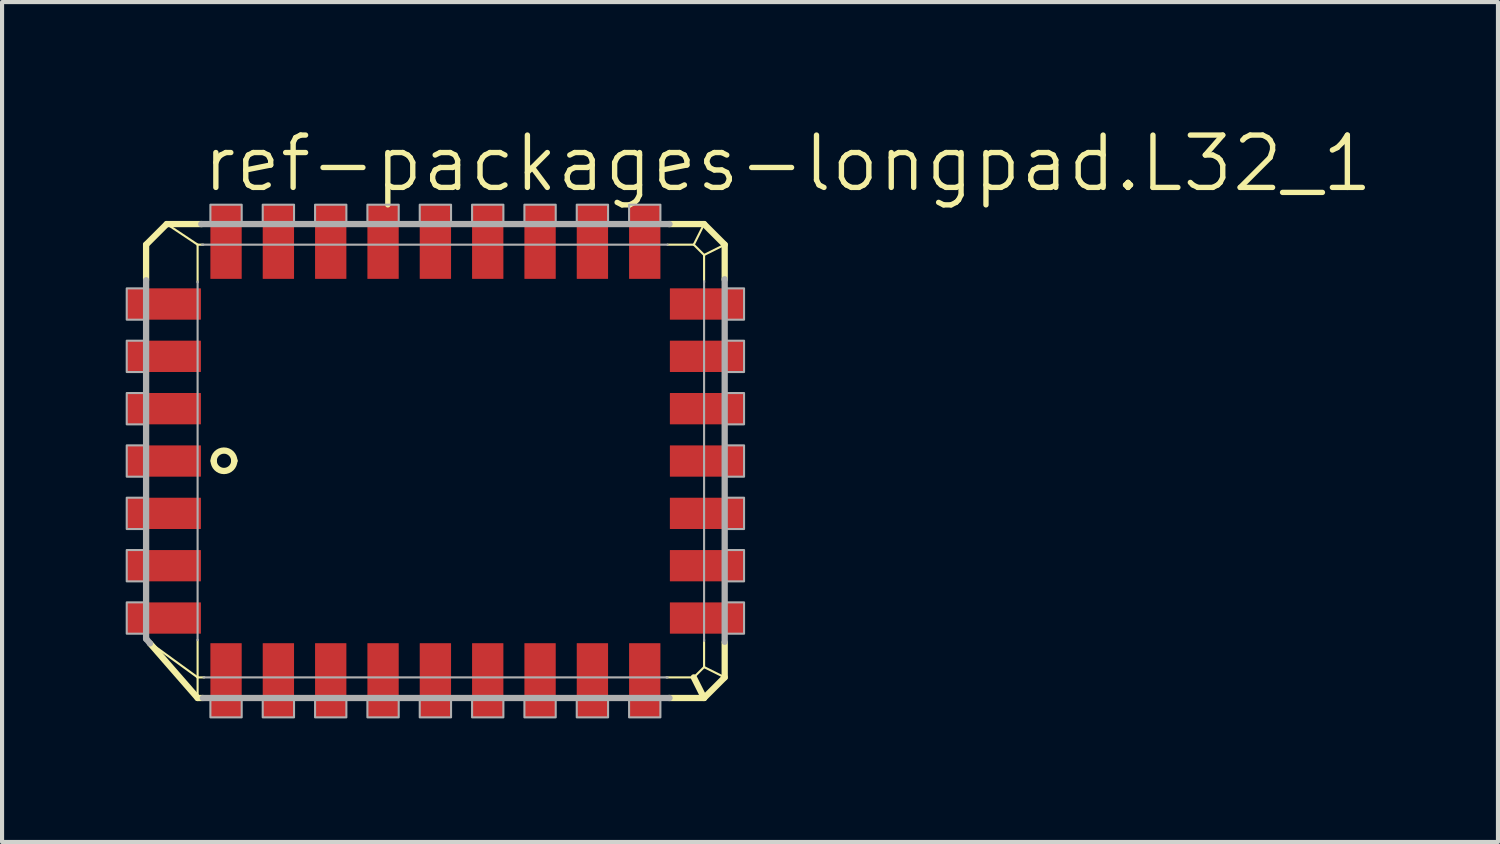
<source format=kicad_pcb>
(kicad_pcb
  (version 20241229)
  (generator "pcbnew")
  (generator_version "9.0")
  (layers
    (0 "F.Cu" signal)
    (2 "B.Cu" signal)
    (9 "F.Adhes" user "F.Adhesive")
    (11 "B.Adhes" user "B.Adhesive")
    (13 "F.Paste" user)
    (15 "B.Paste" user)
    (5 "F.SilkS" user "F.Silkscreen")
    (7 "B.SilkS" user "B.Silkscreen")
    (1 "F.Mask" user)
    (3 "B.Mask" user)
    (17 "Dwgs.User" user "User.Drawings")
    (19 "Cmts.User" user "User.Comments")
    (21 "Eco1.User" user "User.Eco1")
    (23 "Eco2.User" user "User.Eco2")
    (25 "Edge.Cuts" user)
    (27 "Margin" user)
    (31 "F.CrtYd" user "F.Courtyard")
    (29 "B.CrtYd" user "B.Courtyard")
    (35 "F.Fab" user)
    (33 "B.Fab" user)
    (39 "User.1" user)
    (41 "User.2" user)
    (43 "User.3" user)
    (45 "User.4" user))
  (footprint "ref-packages-longpad.L32_1"
    (layer "F.Cu")
    (at 7.515 8.137)
    (property "Reference" "ref-packages-longpad.L32_1" (at -5.715 -6.477 0) (layer "F.SilkS") (effects (font (size 1.27 1.27) (thickness 0.13)) (justify left bottom)))
    (attr smd)
    (fp_line (start -7.02 -5.25) (end -6.52 -5.75) (stroke (width 0.152) (type default)) (layer "F.SilkS"))
    (fp_line (start -7.02 -4.401) (end -7.02 -5.25) (stroke (width 0.152) (type default)) (layer "F.SilkS"))
    (fp_line (start -6.52 -5.75) (end -5.77 -5.25) (stroke (width 0.051) (type default)) (layer "F.SilkS"))
    (fp_line (start -6.52 -5.75) (end -5.671 -5.75) (stroke (width 0.152) (type default)) (layer "F.SilkS"))
    (fp_line (start -5.77 -5.25) (end -5.631 -5.25) (stroke (width 0.051) (type default)) (layer "F.SilkS"))
    (fp_line (start -5.77 -4.336) (end -5.77 -5.25) (stroke (width 0.051) (type default)) (layer "F.SilkS"))
    (fp_line (start -5.77 5.25) (end -6.959 4.387) (stroke (width 0.051) (type default)) (layer "F.SilkS"))
    (fp_line (start -5.77 5.25) (end -5.77 4.336) (stroke (width 0.051) (type default)) (layer "F.SilkS"))
    (fp_line (start -5.77 5.75) (end -6.925 4.425) (stroke (width 0.152) (type default)) (layer "F.SilkS"))
    (fp_line (start -5.77 5.75) (end -5.77 5.25) (stroke (width 0.051) (type default)) (layer "F.SilkS"))
    (fp_line (start -5.646 5.75) (end -5.77 5.75) (stroke (width 0.152) (type default)) (layer "F.SilkS"))
    (fp_line (start -5.606 5.25) (end -5.77 5.25) (stroke (width 0.051) (type default)) (layer "F.SilkS"))
    (fp_line (start 5.631 -5.25) (end 6.27 -5.25) (stroke (width 0.051) (type default)) (layer "F.SilkS"))
    (fp_line (start 5.671 -5.75) (end 6.52 -5.75) (stroke (width 0.152) (type default)) (layer "F.SilkS"))
    (fp_line (start 6.27 -5.25) (end 6.52 -5.75) (stroke (width 0.051) (type default)) (layer "F.SilkS"))
    (fp_line (start 6.27 -5.25) (end 6.52 -5) (stroke (width 0.051) (type default)) (layer "F.SilkS"))
    (fp_line (start 6.27 5.25) (end 5.606 5.25) (stroke (width 0.051) (type default)) (layer "F.SilkS"))
    (fp_line (start 6.52 -5.75) (end 7.02 -5.25) (stroke (width 0.152) (type default)) (layer "F.SilkS"))
    (fp_line (start 6.52 -5) (end 6.52 -4.336) (stroke (width 0.051) (type default)) (layer "F.SilkS"))
    (fp_line (start 6.52 -5) (end 7.02 -5.25) (stroke (width 0.051) (type default)) (layer "F.SilkS"))
    (fp_line (start 6.52 4.336) (end 6.52 5) (stroke (width 0.051) (type default)) (layer "F.SilkS"))
    (fp_line (start 6.52 5) (end 6.27 5.25) (stroke (width 0.051) (type default)) (layer "F.SilkS"))
    (fp_line (start 6.52 5.75) (end 5.671 5.75) (stroke (width 0.152) (type default)) (layer "F.SilkS"))
    (fp_line (start 6.52 5.75) (end 6.27 5.25) (stroke (width 0.152) (type default)) (layer "F.SilkS"))
    (fp_line (start 7.02 -5.25) (end 7.02 -4.401) (stroke (width 0.152) (type default)) (layer "F.SilkS"))
    (fp_line (start 7.02 4.401) (end 7.02 5.25) (stroke (width 0.152) (type default)) (layer "F.SilkS"))
    (fp_line (start 7.02 5.25) (end 6.52 5) (stroke (width 0.051) (type default)) (layer "F.SilkS"))
    (fp_line (start 7.02 5.25) (end 6.52 5.75) (stroke (width 0.152) (type default)) (layer "F.SilkS"))
    (fp_arc (start -5.38 -0.001) (mid -5.132964 -0.251018) (end -4.88 -0.007) (stroke (width 0.1524) (type default)) (layer "F.SilkS"))
    (fp_arc (start -4.88 -0.007) (mid -5.131 0.242) (end -5.38 -0.009) (stroke (width 0.1524) (type default)) (layer "F.SilkS"))
    (fp_arc (start -4.88 -0.007) (mid -4.879982 -0.004) (end -4.88 -0.001) (stroke (width 0.1524) (type default)) (layer "F.SilkS"))
    (fp_line (start -7.02 4.317) (end -7.02 -4.386) (stroke (width 0.152) (type default)) (layer "F.Fab"))
    (fp_line (start -6.925 4.425) (end -7.02 4.311) (stroke (width 0.152) (type default)) (layer "F.Fab"))
    (fp_line (start -5.77 4.345) (end -5.77 -4.355) (stroke (width 0.051) (type default)) (layer "F.Fab"))
    (fp_line (start -5.681 -5.75) (end 5.681 -5.75) (stroke (width 0.152) (type default)) (layer "F.Fab"))
    (fp_line (start -5.666 -5.25) (end 5.635 -5.25) (stroke (width 0.051) (type default)) (layer "F.Fab"))
    (fp_line (start 5.635 5.25) (end -5.626 5.25) (stroke (width 0.051) (type default)) (layer "F.Fab"))
    (fp_line (start 5.681 5.75) (end -5.643 5.75) (stroke (width 0.152) (type default)) (layer "F.Fab"))
    (fp_line (start 6.52 -4.365) (end 6.52 4.365) (stroke (width 0.051) (type default)) (layer "F.Fab"))
    (fp_line (start 7.02 -4.411) (end 7.02 4.386) (stroke (width 0.152) (type default)) (layer "F.Fab"))
    (fp_rect (start -7.49 -3.43) (end -7.02 -4.19) (stroke (width 0.05) (type default)) (fill no) (layer "F.Fab"))
    (fp_rect (start -7.49 -2.16) (end -7.02 -2.92) (stroke (width 0.05) (type default)) (fill no) (layer "F.Fab"))
    (fp_rect (start -7.49 -0.89) (end -7.02 -1.65) (stroke (width 0.05) (type default)) (fill no) (layer "F.Fab"))
    (fp_rect (start -7.49 0.38) (end -7.02 -0.38) (stroke (width 0.05) (type default)) (fill no) (layer "F.Fab"))
    (fp_rect (start -7.49 1.65) (end -7.02 0.89) (stroke (width 0.05) (type default)) (fill no) (layer "F.Fab"))
    (fp_rect (start -7.49 2.92) (end -7.02 2.16) (stroke (width 0.05) (type default)) (fill no) (layer "F.Fab"))
    (fp_rect (start -7.49 4.19) (end -7.02 3.43) (stroke (width 0.05) (type default)) (fill no) (layer "F.Fab"))
    (fp_rect (start -5.46 -5.75) (end -4.7 -6.22) (stroke (width 0.05) (type default)) (fill no) (layer "F.Fab"))
    (fp_rect (start -5.46 6.22) (end -4.7 5.75) (stroke (width 0.05) (type default)) (fill no) (layer "F.Fab"))
    (fp_rect (start -4.19 -5.75) (end -3.43 -6.22) (stroke (width 0.05) (type default)) (fill no) (layer "F.Fab"))
    (fp_rect (start -4.19 6.22) (end -3.43 5.75) (stroke (width 0.05) (type default)) (fill no) (layer "F.Fab"))
    (fp_rect (start -2.92 -5.75) (end -2.16 -6.22) (stroke (width 0.05) (type default)) (fill no) (layer "F.Fab"))
    (fp_rect (start -2.92 6.22) (end -2.16 5.75) (stroke (width 0.05) (type default)) (fill no) (layer "F.Fab"))
    (fp_rect (start -1.65 -5.75) (end -0.89 -6.22) (stroke (width 0.05) (type default)) (fill no) (layer "F.Fab"))
    (fp_rect (start -1.65 6.22) (end -0.89 5.75) (stroke (width 0.05) (type default)) (fill no) (layer "F.Fab"))
    (fp_rect (start -0.38 -5.75) (end 0.38 -6.22) (stroke (width 0.05) (type default)) (fill no) (layer "F.Fab"))
    (fp_rect (start -0.38 6.22) (end 0.38 5.75) (stroke (width 0.05) (type default)) (fill no) (layer "F.Fab"))
    (fp_rect (start 0.89 -5.75) (end 1.65 -6.22) (stroke (width 0.05) (type default)) (fill no) (layer "F.Fab"))
    (fp_rect (start 0.89 6.22) (end 1.65 5.75) (stroke (width 0.05) (type default)) (fill no) (layer "F.Fab"))
    (fp_rect (start 2.16 -5.75) (end 2.92 -6.22) (stroke (width 0.05) (type default)) (fill no) (layer "F.Fab"))
    (fp_rect (start 2.16 6.22) (end 2.92 5.75) (stroke (width 0.05) (type default)) (fill no) (layer "F.Fab"))
    (fp_rect (start 3.43 -5.75) (end 4.19 -6.22) (stroke (width 0.05) (type default)) (fill no) (layer "F.Fab"))
    (fp_rect (start 3.43 6.22) (end 4.19 5.75) (stroke (width 0.05) (type default)) (fill no) (layer "F.Fab"))
    (fp_rect (start 4.7 -5.75) (end 5.46 -6.22) (stroke (width 0.05) (type default)) (fill no) (layer "F.Fab"))
    (fp_rect (start 4.7 6.22) (end 5.46 5.75) (stroke (width 0.05) (type default)) (fill no) (layer "F.Fab"))
    (fp_rect (start 7.02 -3.43) (end 7.49 -4.19) (stroke (width 0.05) (type default)) (fill no) (layer "F.Fab"))
    (fp_rect (start 7.02 -2.16) (end 7.49 -2.92) (stroke (width 0.05) (type default)) (fill no) (layer "F.Fab"))
    (fp_rect (start 7.02 -0.89) (end 7.49 -1.65) (stroke (width 0.05) (type default)) (fill no) (layer "F.Fab"))
    (fp_rect (start 7.02 0.38) (end 7.49 -0.38) (stroke (width 0.05) (type default)) (fill no) (layer "F.Fab"))
    (fp_rect (start 7.02 1.65) (end 7.49 0.89) (stroke (width 0.05) (type default)) (fill no) (layer "F.Fab"))
    (fp_rect (start 7.02 2.92) (end 7.49 2.16) (stroke (width 0.05) (type default)) (fill no) (layer "F.Fab"))
    (fp_rect (start 7.02 4.19) (end 7.49 3.43) (stroke (width 0.05) (type default)) (fill no) (layer "F.Fab"))
    (pad "1" smd roundrect (at -6.59 0) (size 1.8 0.76) (layers "F.Cu" "F.Mask" "F.Paste") (roundrect_rratio 0.01))
    (pad "2" smd roundrect (at -6.59 1.27) (size 1.8 0.76) (layers "F.Cu" "F.Mask" "F.Paste") (roundrect_rratio 0.01))
    (pad "3" smd roundrect (at -6.59 2.54) (size 1.8 0.76) (layers "F.Cu" "F.Mask" "F.Paste") (roundrect_rratio 0.01))
    (pad "4" smd roundrect (at -6.59 3.81) (size 1.8 0.76) (layers "F.Cu" "F.Mask" "F.Paste") (roundrect_rratio 0.01))
    (pad "5" smd roundrect (at -5.08 5.32) (size 0.76 1.8) (layers "F.Cu" "F.Mask" "F.Paste") (roundrect_rratio 0.01))
    (pad "6" smd roundrect (at -3.81 5.32) (size 0.76 1.8) (layers "F.Cu" "F.Mask" "F.Paste") (roundrect_rratio 0.01))
    (pad "7" smd roundrect (at -2.54 5.32) (size 0.76 1.8) (layers "F.Cu" "F.Mask" "F.Paste") (roundrect_rratio 0.01))
    (pad "8" smd roundrect (at -1.27 5.32) (size 0.76 1.8) (layers "F.Cu" "F.Mask" "F.Paste") (roundrect_rratio 0.01))
    (pad "9" smd roundrect (at 0 5.32) (size 0.76 1.8) (layers "F.Cu" "F.Mask" "F.Paste") (roundrect_rratio 0.01))
    (pad "10" smd roundrect (at 1.27 5.32) (size 0.76 1.8) (layers "F.Cu" "F.Mask" "F.Paste") (roundrect_rratio 0.01))
    (pad "11" smd roundrect (at 2.54 5.32) (size 0.76 1.8) (layers "F.Cu" "F.Mask" "F.Paste") (roundrect_rratio 0.01))
    (pad "12" smd roundrect (at 3.81 5.32) (size 0.76 1.8) (layers "F.Cu" "F.Mask" "F.Paste") (roundrect_rratio 0.01))
    (pad "13" smd roundrect (at 5.08 5.32) (size 0.76 1.8) (layers "F.Cu" "F.Mask" "F.Paste") (roundrect_rratio 0.01))
    (pad "14" smd roundrect (at 6.59 3.81) (size 1.8 0.76) (layers "F.Cu" "F.Mask" "F.Paste") (roundrect_rratio 0.01))
    (pad "15" smd roundrect (at 6.59 2.54) (size 1.8 0.76) (layers "F.Cu" "F.Mask" "F.Paste") (roundrect_rratio 0.01))
    (pad "16" smd roundrect (at 6.59 1.27) (size 1.8 0.76) (layers "F.Cu" "F.Mask" "F.Paste") (roundrect_rratio 0.01))
    (pad "17" smd roundrect (at 6.59 0) (size 1.8 0.76) (layers "F.Cu" "F.Mask" "F.Paste") (roundrect_rratio 0.01))
    (pad "18" smd roundrect (at 6.59 -1.27) (size 1.8 0.76) (layers "F.Cu" "F.Mask" "F.Paste") (roundrect_rratio 0.01))
    (pad "19" smd roundrect (at 6.59 -2.54) (size 1.8 0.76) (layers "F.Cu" "F.Mask" "F.Paste") (roundrect_rratio 0.01))
    (pad "20" smd roundrect (at 6.59 -3.81) (size 1.8 0.76) (layers "F.Cu" "F.Mask" "F.Paste") (roundrect_rratio 0.01))
    (pad "21" smd roundrect (at 5.08 -5.32) (size 0.76 1.8) (layers "F.Cu" "F.Mask" "F.Paste") (roundrect_rratio 0.01))
    (pad "22" smd roundrect (at 3.81 -5.32) (size 0.76 1.8) (layers "F.Cu" "F.Mask" "F.Paste") (roundrect_rratio 0.01))
    (pad "23" smd roundrect (at 2.54 -5.32) (size 0.76 1.8) (layers "F.Cu" "F.Mask" "F.Paste") (roundrect_rratio 0.01))
    (pad "24" smd roundrect (at 1.27 -5.32) (size 0.76 1.8) (layers "F.Cu" "F.Mask" "F.Paste") (roundrect_rratio 0.01))
    (pad "25" smd roundrect (at 0 -5.32) (size 0.76 1.8) (layers "F.Cu" "F.Mask" "F.Paste") (roundrect_rratio 0.01))
    (pad "26" smd roundrect (at -1.27 -5.32) (size 0.76 1.8) (layers "F.Cu" "F.Mask" "F.Paste") (roundrect_rratio 0.01))
    (pad "27" smd roundrect (at -2.54 -5.32) (size 0.76 1.8) (layers "F.Cu" "F.Mask" "F.Paste") (roundrect_rratio 0.01))
    (pad "28" smd roundrect (at -3.81 -5.32) (size 0.76 1.8) (layers "F.Cu" "F.Mask" "F.Paste") (roundrect_rratio 0.01))
    (pad "29" smd roundrect (at -5.08 -5.32) (size 0.76 1.8) (layers "F.Cu" "F.Mask" "F.Paste") (roundrect_rratio 0.01))
    (pad "30" smd roundrect (at -6.59 -3.81) (size 1.8 0.76) (layers "F.Cu" "F.Mask" "F.Paste") (roundrect_rratio 0.01))
    (pad "31" smd roundrect (at -6.59 -2.54) (size 1.8 0.76) (layers "F.Cu" "F.Mask" "F.Paste") (roundrect_rratio 0.01))
    (pad "32" smd roundrect (at -6.59 -1.27) (size 1.8 0.76) (layers "F.Cu" "F.Mask" "F.Paste") (roundrect_rratio 0.01)))
  (gr_rect
    (start -3 -3)
    (end 33.299 17.382)
    (stroke (width 0.1) (type default))
    (fill no)
    (layer "Edge.Cuts")))
</source>
